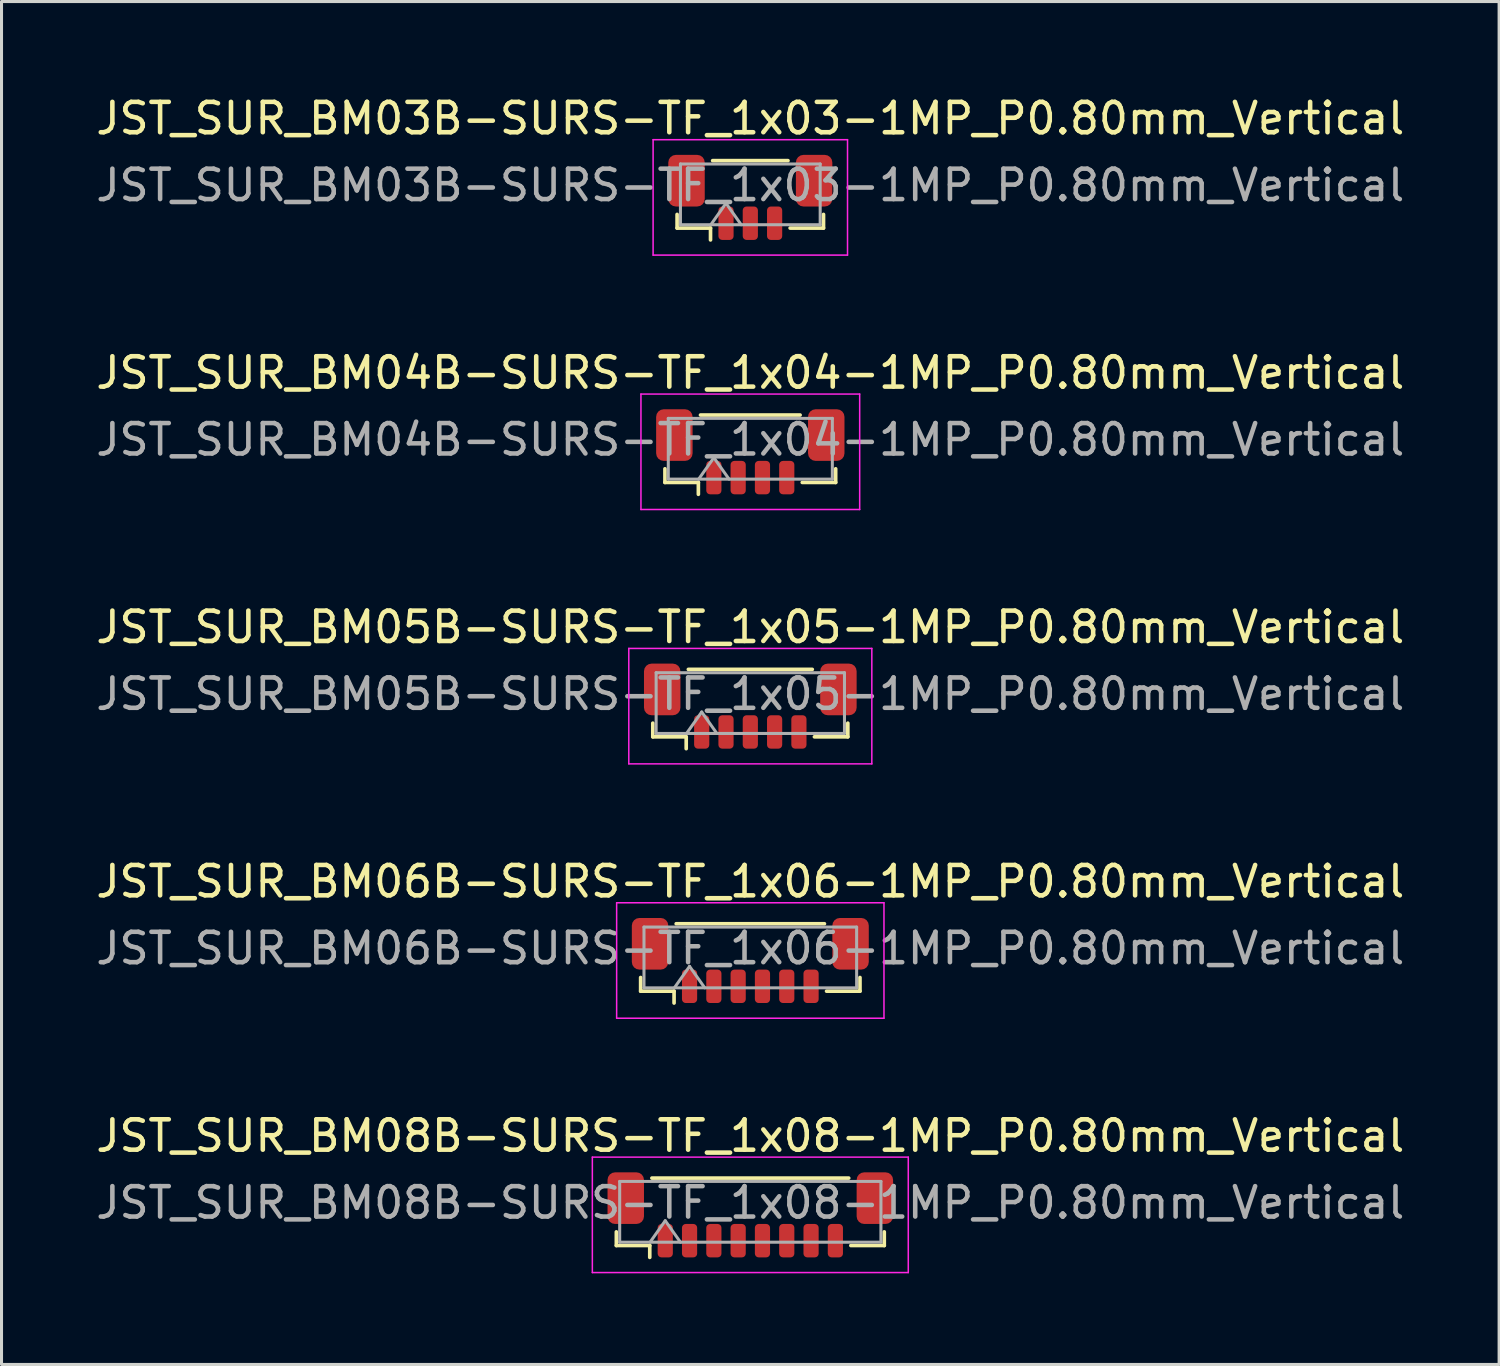
<source format=kicad_pcb>
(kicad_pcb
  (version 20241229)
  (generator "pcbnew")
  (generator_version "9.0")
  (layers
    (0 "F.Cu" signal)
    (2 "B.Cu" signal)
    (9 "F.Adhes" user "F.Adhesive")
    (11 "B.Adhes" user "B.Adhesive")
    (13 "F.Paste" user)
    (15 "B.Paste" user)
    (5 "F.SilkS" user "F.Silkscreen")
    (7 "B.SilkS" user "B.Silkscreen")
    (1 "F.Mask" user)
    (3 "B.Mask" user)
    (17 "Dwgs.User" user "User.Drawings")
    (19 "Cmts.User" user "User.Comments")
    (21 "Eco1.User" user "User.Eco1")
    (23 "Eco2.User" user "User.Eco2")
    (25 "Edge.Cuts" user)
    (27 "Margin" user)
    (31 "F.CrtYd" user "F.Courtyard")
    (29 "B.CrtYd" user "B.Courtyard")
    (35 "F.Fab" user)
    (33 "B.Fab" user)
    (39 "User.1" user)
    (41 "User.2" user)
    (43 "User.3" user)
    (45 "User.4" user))
  (footprint "JST_SUR_BM06B-SURS-TF_1x06-1MP_P0.80mm_Vertical"
    (layer "F.Cu")
    (at 21.649 28.568)
    (property "Reference" "JST_SUR_BM06B-SURS-TF_1x06-1MP_P0.80mm_Vertical" (at 0 -2.6 0) (layer "F.SilkS") (effects (font (size 1 1) (thickness 0.15))))
    (attr smd)
    (fp_line (start -3.61 0.56) (end -3.61 1.01) (stroke (width 0.12) (type solid)) (layer "F.SilkS"))
    (fp_line (start -3.61 1.01) (end -2.51 1.01) (stroke (width 0.12) (type solid)) (layer "F.SilkS"))
    (fp_line (start -2.51 1.01) (end -2.51 1.4) (stroke (width 0.12) (type solid)) (layer "F.SilkS"))
    (fp_line (start -2.44 -1.21) (end 2.44 -1.21) (stroke (width 0.12) (type solid)) (layer "F.SilkS"))
    (fp_line (start 3.61 0.56) (end 3.61 1.01) (stroke (width 0.12) (type solid)) (layer "F.SilkS"))
    (fp_line (start 3.61 1.01) (end 2.51 1.01) (stroke (width 0.12) (type solid)) (layer "F.SilkS"))
    (fp_line (start -4.4 -1.9) (end -4.4 1.9) (stroke (width 0.05) (type solid)) (layer "F.CrtYd"))
    (fp_line (start -4.4 1.9) (end 4.4 1.9) (stroke (width 0.05) (type solid)) (layer "F.CrtYd"))
    (fp_line (start 4.4 -1.9) (end -4.4 -1.9) (stroke (width 0.05) (type solid)) (layer "F.CrtYd"))
    (fp_line (start 4.4 1.9) (end 4.4 -1.9) (stroke (width 0.05) (type solid)) (layer "F.CrtYd"))
    (fp_line (start -3.5 -1.1) (end 3.5 -1.1) (stroke (width 0.1) (type solid)) (layer "F.Fab"))
    (fp_line (start -3.5 0.9) (end -3.5 -1.1) (stroke (width 0.1) (type solid)) (layer "F.Fab"))
    (fp_line (start -3.5 0.9) (end 3.5 0.9) (stroke (width 0.1) (type solid)) (layer "F.Fab"))
    (fp_line (start -2.5 0.9) (end -2 0.193) (stroke (width 0.1) (type solid)) (layer "F.Fab"))
    (fp_line (start -2 0.193) (end -1.5 0.9) (stroke (width 0.1) (type solid)) (layer "F.Fab"))
    (fp_line (start 3.5 0.9) (end 3.5 -1.1) (stroke (width 0.1) (type solid)) (layer "F.Fab"))
    (fp_text user "${REFERENCE}" (at 0 -0.4 0) (layer "F.Fab") (effects (font (size 1 1) (thickness 0.15))))
    (pad "1" smd roundrect (at -2 0.85) (size 0.5 1.1) (layers "F.Cu" "F.Mask" "F.Paste") (roundrect_rratio 0.25))
    (pad "2" smd roundrect (at -1.2 0.85) (size 0.5 1.1) (layers "F.Cu" "F.Mask" "F.Paste") (roundrect_rratio 0.25))
    (pad "3" smd roundrect (at -0.4 0.85) (size 0.5 1.1) (layers "F.Cu" "F.Mask" "F.Paste") (roundrect_rratio 0.25))
    (pad "4" smd roundrect (at 0.4 0.85) (size 0.5 1.1) (layers "F.Cu" "F.Mask" "F.Paste") (roundrect_rratio 0.25))
    (pad "5" smd roundrect (at 1.2 0.85) (size 0.5 1.1) (layers "F.Cu" "F.Mask" "F.Paste") (roundrect_rratio 0.25))
    (pad "6" smd roundrect (at 2 0.85) (size 0.5 1.1) (layers "F.Cu" "F.Mask" "F.Paste") (roundrect_rratio 0.25))
    (pad "MP" smd roundrect (at -3.3 -0.55) (size 1.2 1.7) (layers "F.Cu" "F.Mask" "F.Paste") (roundrect_rratio 0.208))
    (pad "MP" smd roundrect (at 3.3 -0.55) (size 1.2 1.7) (layers "F.Cu" "F.Mask" "F.Paste") (roundrect_rratio 0.208)))
  (footprint "JST_SUR_BM04B-SURS-TF_1x04-1MP_P0.80mm_Vertical"
    (layer "F.Cu")
    (at 21.649 11.822)
    (property "Reference" "JST_SUR_BM04B-SURS-TF_1x04-1MP_P0.80mm_Vertical" (at 0 -2.6 0) (layer "F.SilkS") (effects (font (size 1 1) (thickness 0.15))))
    (attr smd)
    (fp_line (start -2.81 0.56) (end -2.81 1.01) (stroke (width 0.12) (type solid)) (layer "F.SilkS"))
    (fp_line (start -2.81 1.01) (end -1.71 1.01) (stroke (width 0.12) (type solid)) (layer "F.SilkS"))
    (fp_line (start -1.71 1.01) (end -1.71 1.4) (stroke (width 0.12) (type solid)) (layer "F.SilkS"))
    (fp_line (start -1.64 -1.21) (end 1.64 -1.21) (stroke (width 0.12) (type solid)) (layer "F.SilkS"))
    (fp_line (start 2.81 0.56) (end 2.81 1.01) (stroke (width 0.12) (type solid)) (layer "F.SilkS"))
    (fp_line (start 2.81 1.01) (end 1.71 1.01) (stroke (width 0.12) (type solid)) (layer "F.SilkS"))
    (fp_line (start -3.6 -1.9) (end -3.6 1.9) (stroke (width 0.05) (type solid)) (layer "F.CrtYd"))
    (fp_line (start -3.6 1.9) (end 3.6 1.9) (stroke (width 0.05) (type solid)) (layer "F.CrtYd"))
    (fp_line (start 3.6 -1.9) (end -3.6 -1.9) (stroke (width 0.05) (type solid)) (layer "F.CrtYd"))
    (fp_line (start 3.6 1.9) (end 3.6 -1.9) (stroke (width 0.05) (type solid)) (layer "F.CrtYd"))
    (fp_line (start -2.7 -1.1) (end 2.7 -1.1) (stroke (width 0.1) (type solid)) (layer "F.Fab"))
    (fp_line (start -2.7 0.9) (end -2.7 -1.1) (stroke (width 0.1) (type solid)) (layer "F.Fab"))
    (fp_line (start -2.7 0.9) (end 2.7 0.9) (stroke (width 0.1) (type solid)) (layer "F.Fab"))
    (fp_line (start -1.7 0.9) (end -1.2 0.193) (stroke (width 0.1) (type solid)) (layer "F.Fab"))
    (fp_line (start -1.2 0.193) (end -0.7 0.9) (stroke (width 0.1) (type solid)) (layer "F.Fab"))
    (fp_line (start 2.7 0.9) (end 2.7 -1.1) (stroke (width 0.1) (type solid)) (layer "F.Fab"))
    (fp_text user "${REFERENCE}" (at 0 -0.4 0) (layer "F.Fab") (effects (font (size 1 1) (thickness 0.15))))
    (pad "1" smd roundrect (at -1.2 0.85) (size 0.5 1.1) (layers "F.Cu" "F.Mask" "F.Paste") (roundrect_rratio 0.25))
    (pad "2" smd roundrect (at -0.4 0.85) (size 0.5 1.1) (layers "F.Cu" "F.Mask" "F.Paste") (roundrect_rratio 0.25))
    (pad "3" smd roundrect (at 0.4 0.85) (size 0.5 1.1) (layers "F.Cu" "F.Mask" "F.Paste") (roundrect_rratio 0.25))
    (pad "4" smd roundrect (at 1.2 0.85) (size 0.5 1.1) (layers "F.Cu" "F.Mask" "F.Paste") (roundrect_rratio 0.25))
    (pad "MP" smd roundrect (at -2.5 -0.55) (size 1.2 1.7) (layers "F.Cu" "F.Mask" "F.Paste") (roundrect_rratio 0.208))
    (pad "MP" smd roundrect (at 2.5 -0.55) (size 1.2 1.7) (layers "F.Cu" "F.Mask" "F.Paste") (roundrect_rratio 0.208)))
  (footprint "JST_SUR_BM05B-SURS-TF_1x05-1MP_P0.80mm_Vertical"
    (layer "F.Cu")
    (at 21.649 20.195)
    (property "Reference" "JST_SUR_BM05B-SURS-TF_1x05-1MP_P0.80mm_Vertical" (at 0 -2.6 0) (layer "F.SilkS") (effects (font (size 1 1) (thickness 0.15))))
    (attr smd)
    (fp_line (start -3.21 0.56) (end -3.21 1.01) (stroke (width 0.12) (type solid)) (layer "F.SilkS"))
    (fp_line (start -3.21 1.01) (end -2.11 1.01) (stroke (width 0.12) (type solid)) (layer "F.SilkS"))
    (fp_line (start -2.11 1.01) (end -2.11 1.4) (stroke (width 0.12) (type solid)) (layer "F.SilkS"))
    (fp_line (start -2.04 -1.21) (end 2.04 -1.21) (stroke (width 0.12) (type solid)) (layer "F.SilkS"))
    (fp_line (start 3.21 0.56) (end 3.21 1.01) (stroke (width 0.12) (type solid)) (layer "F.SilkS"))
    (fp_line (start 3.21 1.01) (end 2.11 1.01) (stroke (width 0.12) (type solid)) (layer "F.SilkS"))
    (fp_line (start -4 -1.9) (end -4 1.9) (stroke (width 0.05) (type solid)) (layer "F.CrtYd"))
    (fp_line (start -4 1.9) (end 4 1.9) (stroke (width 0.05) (type solid)) (layer "F.CrtYd"))
    (fp_line (start 4 -1.9) (end -4 -1.9) (stroke (width 0.05) (type solid)) (layer "F.CrtYd"))
    (fp_line (start 4 1.9) (end 4 -1.9) (stroke (width 0.05) (type solid)) (layer "F.CrtYd"))
    (fp_line (start -3.1 -1.1) (end 3.1 -1.1) (stroke (width 0.1) (type solid)) (layer "F.Fab"))
    (fp_line (start -3.1 0.9) (end -3.1 -1.1) (stroke (width 0.1) (type solid)) (layer "F.Fab"))
    (fp_line (start -3.1 0.9) (end 3.1 0.9) (stroke (width 0.1) (type solid)) (layer "F.Fab"))
    (fp_line (start -2.1 0.9) (end -1.6 0.193) (stroke (width 0.1) (type solid)) (layer "F.Fab"))
    (fp_line (start -1.6 0.193) (end -1.1 0.9) (stroke (width 0.1) (type solid)) (layer "F.Fab"))
    (fp_line (start 3.1 0.9) (end 3.1 -1.1) (stroke (width 0.1) (type solid)) (layer "F.Fab"))
    (fp_text user "${REFERENCE}" (at 0 -0.4 0) (layer "F.Fab") (effects (font (size 1 1) (thickness 0.15))))
    (pad "1" smd roundrect (at -1.6 0.85) (size 0.5 1.1) (layers "F.Cu" "F.Mask" "F.Paste") (roundrect_rratio 0.25))
    (pad "2" smd roundrect (at -0.8 0.85) (size 0.5 1.1) (layers "F.Cu" "F.Mask" "F.Paste") (roundrect_rratio 0.25))
    (pad "3" smd roundrect (at 0 0.85) (size 0.5 1.1) (layers "F.Cu" "F.Mask" "F.Paste") (roundrect_rratio 0.25))
    (pad "4" smd roundrect (at 0.8 0.85) (size 0.5 1.1) (layers "F.Cu" "F.Mask" "F.Paste") (roundrect_rratio 0.25))
    (pad "5" smd roundrect (at 1.6 0.85) (size 0.5 1.1) (layers "F.Cu" "F.Mask" "F.Paste") (roundrect_rratio 0.25))
    (pad "MP" smd roundrect (at -2.9 -0.55) (size 1.2 1.7) (layers "F.Cu" "F.Mask" "F.Paste") (roundrect_rratio 0.208))
    (pad "MP" smd roundrect (at 2.9 -0.55) (size 1.2 1.7) (layers "F.Cu" "F.Mask" "F.Paste") (roundrect_rratio 0.208)))
  (footprint "JST_SUR_BM08B-SURS-TF_1x08-1MP_P0.80mm_Vertical"
    (layer "F.Cu")
    (at 21.649 36.941)
    (property "Reference" "JST_SUR_BM08B-SURS-TF_1x08-1MP_P0.80mm_Vertical" (at 0 -2.6 0) (layer "F.SilkS") (effects (font (size 1 1) (thickness 0.15))))
    (attr smd)
    (fp_line (start -4.41 0.56) (end -4.41 1.01) (stroke (width 0.12) (type solid)) (layer "F.SilkS"))
    (fp_line (start -4.41 1.01) (end -3.31 1.01) (stroke (width 0.12) (type solid)) (layer "F.SilkS"))
    (fp_line (start -3.31 1.01) (end -3.31 1.4) (stroke (width 0.12) (type solid)) (layer "F.SilkS"))
    (fp_line (start -3.24 -1.21) (end 3.24 -1.21) (stroke (width 0.12) (type solid)) (layer "F.SilkS"))
    (fp_line (start 4.41 0.56) (end 4.41 1.01) (stroke (width 0.12) (type solid)) (layer "F.SilkS"))
    (fp_line (start 4.41 1.01) (end 3.31 1.01) (stroke (width 0.12) (type solid)) (layer "F.SilkS"))
    (fp_line (start -5.2 -1.9) (end -5.2 1.9) (stroke (width 0.05) (type solid)) (layer "F.CrtYd"))
    (fp_line (start -5.2 1.9) (end 5.2 1.9) (stroke (width 0.05) (type solid)) (layer "F.CrtYd"))
    (fp_line (start 5.2 -1.9) (end -5.2 -1.9) (stroke (width 0.05) (type solid)) (layer "F.CrtYd"))
    (fp_line (start 5.2 1.9) (end 5.2 -1.9) (stroke (width 0.05) (type solid)) (layer "F.CrtYd"))
    (fp_line (start -4.3 -1.1) (end 4.3 -1.1) (stroke (width 0.1) (type solid)) (layer "F.Fab"))
    (fp_line (start -4.3 0.9) (end -4.3 -1.1) (stroke (width 0.1) (type solid)) (layer "F.Fab"))
    (fp_line (start -4.3 0.9) (end 4.3 0.9) (stroke (width 0.1) (type solid)) (layer "F.Fab"))
    (fp_line (start -3.3 0.9) (end -2.8 0.193) (stroke (width 0.1) (type solid)) (layer "F.Fab"))
    (fp_line (start -2.8 0.193) (end -2.3 0.9) (stroke (width 0.1) (type solid)) (layer "F.Fab"))
    (fp_line (start 4.3 0.9) (end 4.3 -1.1) (stroke (width 0.1) (type solid)) (layer "F.Fab"))
    (fp_text user "${REFERENCE}" (at 0 -0.4 0) (layer "F.Fab") (effects (font (size 1 1) (thickness 0.15))))
    (pad "1" smd roundrect (at -2.8 0.85) (size 0.5 1.1) (layers "F.Cu" "F.Mask" "F.Paste") (roundrect_rratio 0.25))
    (pad "2" smd roundrect (at -2 0.85) (size 0.5 1.1) (layers "F.Cu" "F.Mask" "F.Paste") (roundrect_rratio 0.25))
    (pad "3" smd roundrect (at -1.2 0.85) (size 0.5 1.1) (layers "F.Cu" "F.Mask" "F.Paste") (roundrect_rratio 0.25))
    (pad "4" smd roundrect (at -0.4 0.85) (size 0.5 1.1) (layers "F.Cu" "F.Mask" "F.Paste") (roundrect_rratio 0.25))
    (pad "5" smd roundrect (at 0.4 0.85) (size 0.5 1.1) (layers "F.Cu" "F.Mask" "F.Paste") (roundrect_rratio 0.25))
    (pad "6" smd roundrect (at 1.2 0.85) (size 0.5 1.1) (layers "F.Cu" "F.Mask" "F.Paste") (roundrect_rratio 0.25))
    (pad "7" smd roundrect (at 2 0.85) (size 0.5 1.1) (layers "F.Cu" "F.Mask" "F.Paste") (roundrect_rratio 0.25))
    (pad "8" smd roundrect (at 2.8 0.85) (size 0.5 1.1) (layers "F.Cu" "F.Mask" "F.Paste") (roundrect_rratio 0.25))
    (pad "MP" smd roundrect (at -4.1 -0.55) (size 1.2 1.7) (layers "F.Cu" "F.Mask" "F.Paste") (roundrect_rratio 0.208))
    (pad "MP" smd roundrect (at 4.1 -0.55) (size 1.2 1.7) (layers "F.Cu" "F.Mask" "F.Paste") (roundrect_rratio 0.208)))
  (footprint "JST_SUR_BM03B-SURS-TF_1x03-1MP_P0.80mm_Vertical"
    (layer "F.Cu")
    (at 21.649 3.448)
    (property "Reference" "JST_SUR_BM03B-SURS-TF_1x03-1MP_P0.80mm_Vertical" (at 0 -2.6 0) (layer "F.SilkS") (effects (font (size 1 1) (thickness 0.15))))
    (attr smd)
    (fp_line (start -2.41 0.56) (end -2.41 1.01) (stroke (width 0.12) (type solid)) (layer "F.SilkS"))
    (fp_line (start -2.41 1.01) (end -1.31 1.01) (stroke (width 0.12) (type solid)) (layer "F.SilkS"))
    (fp_line (start -1.31 1.01) (end -1.31 1.4) (stroke (width 0.12) (type solid)) (layer "F.SilkS"))
    (fp_line (start -1.24 -1.21) (end 1.24 -1.21) (stroke (width 0.12) (type solid)) (layer "F.SilkS"))
    (fp_line (start 2.41 0.56) (end 2.41 1.01) (stroke (width 0.12) (type solid)) (layer "F.SilkS"))
    (fp_line (start 2.41 1.01) (end 1.31 1.01) (stroke (width 0.12) (type solid)) (layer "F.SilkS"))
    (fp_line (start -3.2 -1.9) (end -3.2 1.9) (stroke (width 0.05) (type solid)) (layer "F.CrtYd"))
    (fp_line (start -3.2 1.9) (end 3.2 1.9) (stroke (width 0.05) (type solid)) (layer "F.CrtYd"))
    (fp_line (start 3.2 -1.9) (end -3.2 -1.9) (stroke (width 0.05) (type solid)) (layer "F.CrtYd"))
    (fp_line (start 3.2 1.9) (end 3.2 -1.9) (stroke (width 0.05) (type solid)) (layer "F.CrtYd"))
    (fp_line (start -2.3 -1.1) (end 2.3 -1.1) (stroke (width 0.1) (type solid)) (layer "F.Fab"))
    (fp_line (start -2.3 0.9) (end -2.3 -1.1) (stroke (width 0.1) (type solid)) (layer "F.Fab"))
    (fp_line (start -2.3 0.9) (end 2.3 0.9) (stroke (width 0.1) (type solid)) (layer "F.Fab"))
    (fp_line (start -1.3 0.9) (end -0.8 0.193) (stroke (width 0.1) (type solid)) (layer "F.Fab"))
    (fp_line (start -0.8 0.193) (end -0.3 0.9) (stroke (width 0.1) (type solid)) (layer "F.Fab"))
    (fp_line (start 2.3 0.9) (end 2.3 -1.1) (stroke (width 0.1) (type solid)) (layer "F.Fab"))
    (fp_text user "${REFERENCE}" (at 0 -0.4 0) (layer "F.Fab") (effects (font (size 1 1) (thickness 0.15))))
    (pad "1" smd roundrect (at -0.8 0.85) (size 0.5 1.1) (layers "F.Cu" "F.Mask" "F.Paste") (roundrect_rratio 0.25))
    (pad "2" smd roundrect (at 0 0.85) (size 0.5 1.1) (layers "F.Cu" "F.Mask" "F.Paste") (roundrect_rratio 0.25))
    (pad "3" smd roundrect (at 0.8 0.85) (size 0.5 1.1) (layers "F.Cu" "F.Mask" "F.Paste") (roundrect_rratio 0.25))
    (pad "MP" smd roundrect (at -2.1 -0.55) (size 1.2 1.7) (layers "F.Cu" "F.Mask" "F.Paste") (roundrect_rratio 0.208))
    (pad "MP" smd roundrect (at 2.1 -0.55) (size 1.2 1.7) (layers "F.Cu" "F.Mask" "F.Paste") (roundrect_rratio 0.208)))
  (gr_rect
    (start -3 -3)
    (end 46.298 41.866)
    (stroke (width 0.1) (type default))
    (fill no)
    (layer "Edge.Cuts")))
</source>
